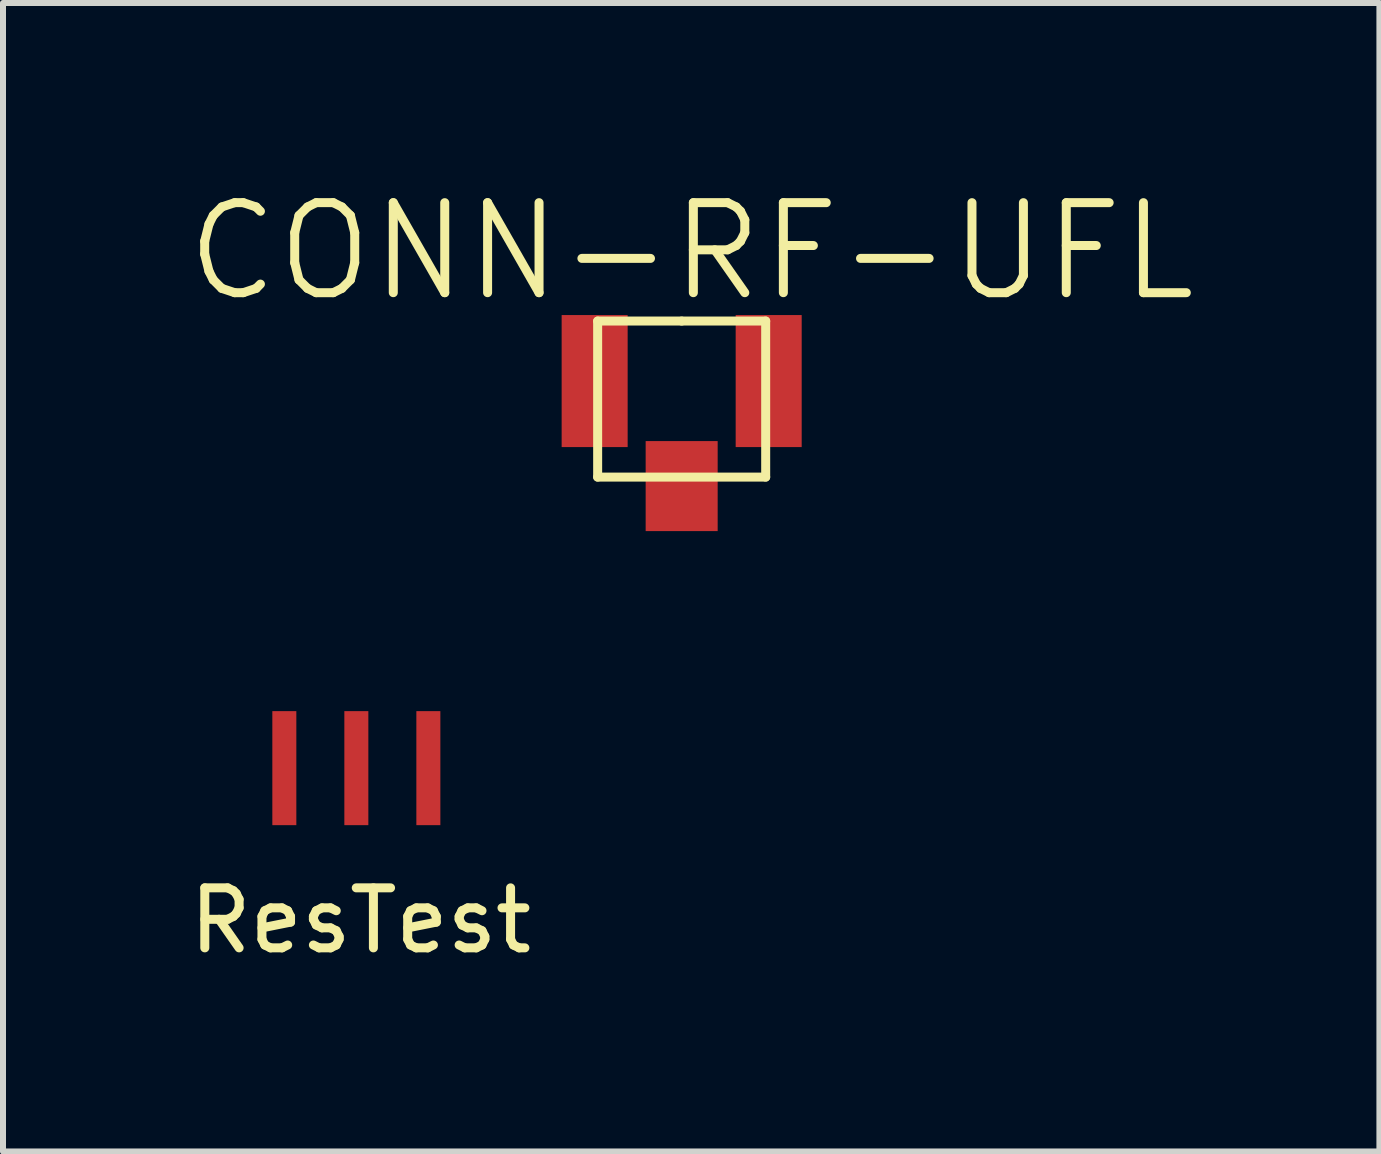
<source format=kicad_pcb>
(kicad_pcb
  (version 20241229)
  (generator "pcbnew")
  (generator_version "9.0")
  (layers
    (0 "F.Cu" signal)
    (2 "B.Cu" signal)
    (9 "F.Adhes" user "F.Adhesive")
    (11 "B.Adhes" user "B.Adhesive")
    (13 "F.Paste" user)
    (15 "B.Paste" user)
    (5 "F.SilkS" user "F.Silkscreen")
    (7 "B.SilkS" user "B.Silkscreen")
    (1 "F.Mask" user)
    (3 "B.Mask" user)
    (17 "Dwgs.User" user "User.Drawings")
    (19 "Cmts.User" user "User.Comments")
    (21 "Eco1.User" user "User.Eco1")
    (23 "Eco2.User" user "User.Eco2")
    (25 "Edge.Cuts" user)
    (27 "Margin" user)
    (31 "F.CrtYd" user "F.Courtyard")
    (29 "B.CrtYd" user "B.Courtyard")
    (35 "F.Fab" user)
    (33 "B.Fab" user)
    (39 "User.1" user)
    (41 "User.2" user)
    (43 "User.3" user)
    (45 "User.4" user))
  (footprint "CONN-RF-UFL"
    (layer "F.Cu")
    (at 6.309 3.3)
    (property "Reference" "CONN-RF-UFL" (at 2.159 -2.159 0) (layer "F.SilkS") (effects (font (size 1.5 1.5) (thickness 0.15))))
    (attr through_hole)
    (fp_line (start 0.6 1.6) (end 0.6 -1) (stroke (width 0.15) (type solid)) (layer "F.SilkS"))
    (fp_line (start 0.6 1.6) (end 3.4 1.6) (stroke (width 0.15) (type solid)) (layer "F.SilkS"))
    (fp_line (start 2 -1) (end 0.6 -1) (stroke (width 0.15) (type solid)) (layer "F.SilkS"))
    (fp_line (start 2 -1) (end 3.4 -1) (stroke (width 0.15) (type solid)) (layer "F.SilkS"))
    (fp_line (start 3.4 -1) (end 3.4 1.6) (stroke (width 0.15) (type solid)) (layer "F.SilkS"))
    (pad "1" smd rect (at 2 1.75) (size 1.2 1.5) (layers "F.Cu" "F.Mask" "F.Paste"))
    (pad "2" smd rect (at 0.55 0) (size 1.1 2.2) (layers "F.Cu" "F.Mask" "F.Paste"))
    (pad "2" smd rect (at 3.45 0) (size 1.1 2.2) (layers "F.Cu" "F.Mask" "F.Paste")))
  (footprint "ResTest"
    (layer "F.Cu")
    (at 1.688 9.75)
    (property "Reference" "ResTest" (at 1.27 2.54 0) (layer "F.SilkS") (effects (font (size 1 1) (thickness 0.15))))
    (attr through_hole)
    (pad "1" smd rect (at 0 0) (size 0.4 1.9) (layers "F.Cu" "F.Mask" "F.Paste"))
    (pad "2" smd rect (at 1.2 0) (size 0.4 1.9) (layers "F.Cu" "F.Mask" "F.Paste"))
    (pad "3" smd rect (at 2.4 0) (size 0.4 1.9) (layers "F.Cu" "F.Mask" "F.Paste")))
  (gr_rect
    (start -3 -3)
    (end 19.936 16.138)
    (stroke (width 0.1) (type default))
    (fill no)
    (layer "Edge.Cuts")))
</source>
